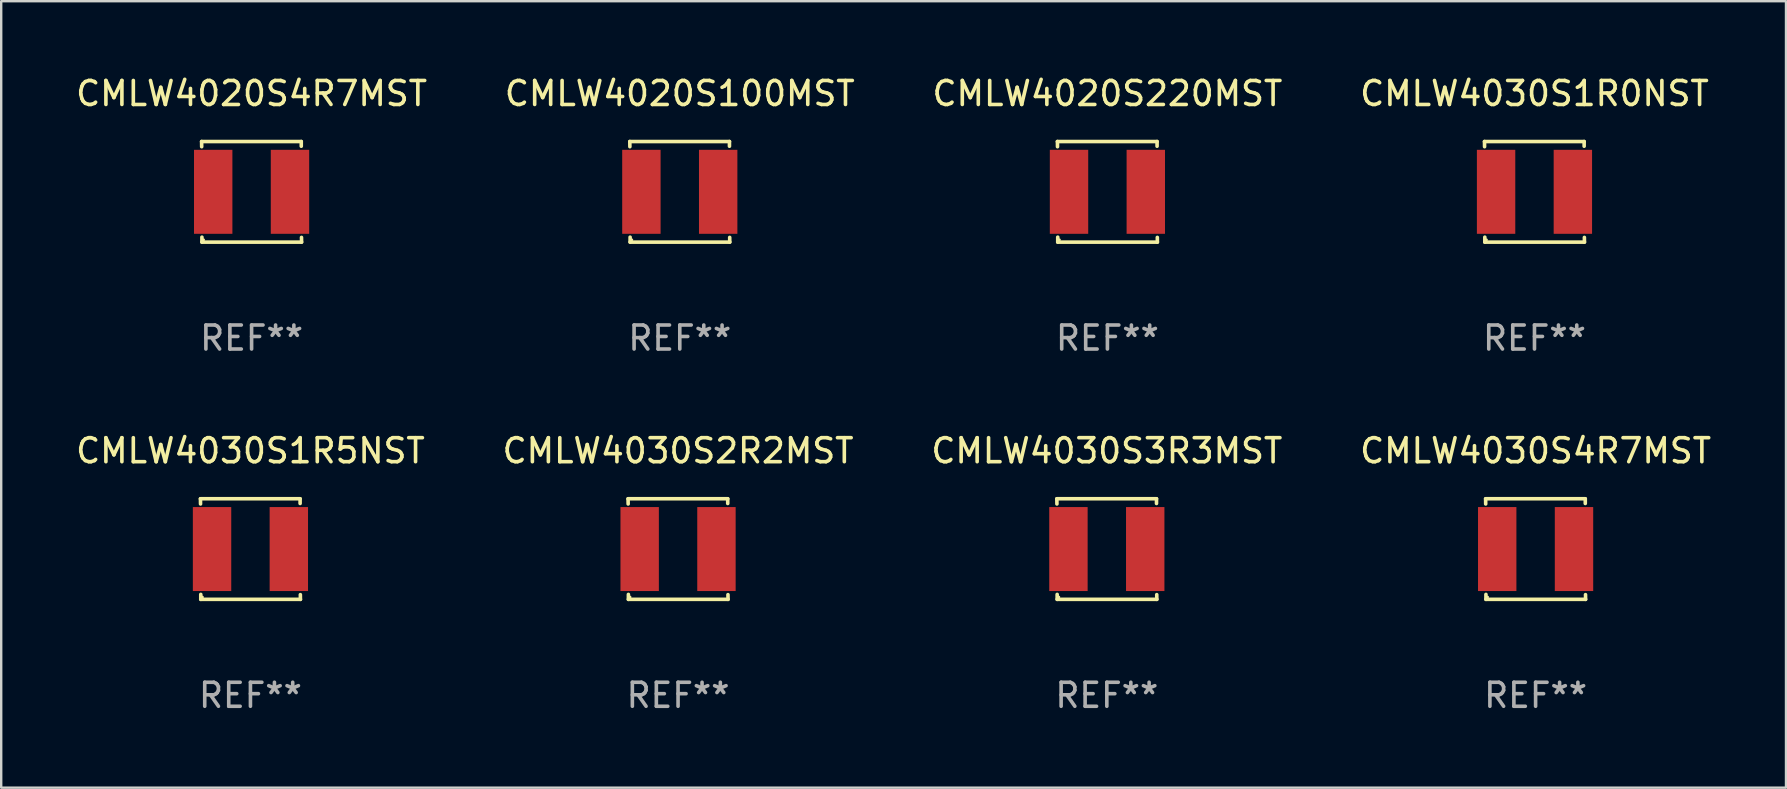
<source format=kicad_pcb>
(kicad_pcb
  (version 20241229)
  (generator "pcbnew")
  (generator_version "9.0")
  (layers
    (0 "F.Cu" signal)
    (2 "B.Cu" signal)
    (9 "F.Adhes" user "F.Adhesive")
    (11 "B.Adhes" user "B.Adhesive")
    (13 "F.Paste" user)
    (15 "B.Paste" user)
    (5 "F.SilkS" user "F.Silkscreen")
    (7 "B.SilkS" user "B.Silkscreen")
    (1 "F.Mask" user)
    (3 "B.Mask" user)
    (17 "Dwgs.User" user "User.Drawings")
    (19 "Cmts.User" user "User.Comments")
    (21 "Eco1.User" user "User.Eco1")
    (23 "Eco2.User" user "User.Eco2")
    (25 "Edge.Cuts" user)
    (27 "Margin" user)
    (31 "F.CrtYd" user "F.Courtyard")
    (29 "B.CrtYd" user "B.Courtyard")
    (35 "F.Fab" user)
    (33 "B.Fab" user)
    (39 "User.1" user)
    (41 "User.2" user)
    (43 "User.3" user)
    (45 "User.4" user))
  (footprint "CMLW4020S220MST"
    (layer "F.Cu")
    (at 43.101 4.944)
    (property "Reference" "CMLW4020S220MST" (at 0 -4.096 0) (layer "F.SilkS") (effects (font (size 1 1) (thickness 0.15))))
    (attr through_hole)
    (fp_line (start -2.083 -2.096) (end -2.08 -1.88) (stroke (width 0.15) (type solid)) (layer "F.SilkS"))
    (fp_line (start -2.07 1.89) (end -2.07 2.096) (stroke (width 0.15) (type solid)) (layer "F.SilkS"))
    (fp_line (start -2.07 2.096) (end 2.083 2.096) (stroke (width 0.15) (type solid)) (layer "F.SilkS"))
    (fp_line (start 2.07 -1.9) (end 2.07 -2.096) (stroke (width 0.15) (type solid)) (layer "F.SilkS"))
    (fp_line (start 2.07 -2.096) (end -2.083 -2.096) (stroke (width 0.15) (type solid)) (layer "F.SilkS"))
    (fp_line (start 2.083 2.096) (end 2.08 1.9) (stroke (width 0.15) (type solid)) (layer "F.SilkS"))
    (fp_circle (center -2 2) (end -1.97 2) (stroke (width 0.06) (type solid)) (fill no) (layer "F.SilkS"))
    (fp_text user "REF**" (at 0 6.096 0) (layer "F.Fab") (effects (font (size 1 1) (thickness 0.15))))
    (pad "1" smd rect (at -1.6 -0.000343) (size 1.6 3.5) (layers "F.Cu" "F.Mask" "F.Paste"))
    (pad "2" smd rect (at 1.6 -0.000343) (size 1.6 3.5) (layers "F.Cu" "F.Mask" "F.Paste")))
  (footprint "CMLW4020S100MST"
    (layer "F.Cu")
    (at 25.28 4.944)
    (property "Reference" "CMLW4020S100MST" (at 0 -4.096 0) (layer "F.SilkS") (effects (font (size 1 1) (thickness 0.15))))
    (attr through_hole)
    (fp_line (start -2.083 -2.096) (end -2.08 -1.88) (stroke (width 0.15) (type solid)) (layer "F.SilkS"))
    (fp_line (start -2.07 1.89) (end -2.07 2.096) (stroke (width 0.15) (type solid)) (layer "F.SilkS"))
    (fp_line (start -2.07 2.096) (end 2.083 2.096) (stroke (width 0.15) (type solid)) (layer "F.SilkS"))
    (fp_line (start 2.07 -1.9) (end 2.07 -2.096) (stroke (width 0.15) (type solid)) (layer "F.SilkS"))
    (fp_line (start 2.07 -2.096) (end -2.083 -2.096) (stroke (width 0.15) (type solid)) (layer "F.SilkS"))
    (fp_line (start 2.083 2.096) (end 2.08 1.9) (stroke (width 0.15) (type solid)) (layer "F.SilkS"))
    (fp_circle (center -2 2) (end -1.97 2) (stroke (width 0.06) (type solid)) (fill no) (layer "F.SilkS"))
    (fp_text user "REF**" (at 0 6.096 0) (layer "F.Fab") (effects (font (size 1 1) (thickness 0.15))))
    (pad "1" smd rect (at -1.6 -0.000343) (size 1.6 3.5) (layers "F.Cu" "F.Mask" "F.Paste"))
    (pad "2" smd rect (at 1.6 -0.000343) (size 1.6 3.5) (layers "F.Cu" "F.Mask" "F.Paste")))
  (footprint "CMLW4030S1R0NST"
    (layer "F.Cu")
    (at 60.899 4.944)
    (property "Reference" "CMLW4030S1R0NST" (at 0 -4.096 0) (layer "F.SilkS") (effects (font (size 1 1) (thickness 0.15))))
    (attr through_hole)
    (fp_line (start -2.083 -2.096) (end -2.08 -1.88) (stroke (width 0.15) (type solid)) (layer "F.SilkS"))
    (fp_line (start -2.07 1.89) (end -2.07 2.096) (stroke (width 0.15) (type solid)) (layer "F.SilkS"))
    (fp_line (start -2.07 2.096) (end 2.083 2.096) (stroke (width 0.15) (type solid)) (layer "F.SilkS"))
    (fp_line (start 2.07 -1.9) (end 2.07 -2.096) (stroke (width 0.15) (type solid)) (layer "F.SilkS"))
    (fp_line (start 2.07 -2.096) (end -2.083 -2.096) (stroke (width 0.15) (type solid)) (layer "F.SilkS"))
    (fp_line (start 2.083 2.096) (end 2.08 1.9) (stroke (width 0.15) (type solid)) (layer "F.SilkS"))
    (fp_circle (center -2 2) (end -1.97 2) (stroke (width 0.06) (type solid)) (fill no) (layer "F.SilkS"))
    (fp_text user "REF**" (at 0 6.096 0) (layer "F.Fab") (effects (font (size 1 1) (thickness 0.15))))
    (pad "1" smd rect (at -1.6 -0.000343) (size 1.6 3.5) (layers "F.Cu" "F.Mask" "F.Paste"))
    (pad "2" smd rect (at 1.6 -0.000343) (size 1.6 3.5) (layers "F.Cu" "F.Mask" "F.Paste")))
  (footprint "CMLW4030S1R5NST"
    (layer "F.Cu")
    (at 7.387 19.832)
    (property "Reference" "CMLW4030S1R5NST" (at 0 -4.096 0) (layer "F.SilkS") (effects (font (size 1 1) (thickness 0.15))))
    (attr through_hole)
    (fp_line (start -2.083 -2.096) (end -2.08 -1.88) (stroke (width 0.15) (type solid)) (layer "F.SilkS"))
    (fp_line (start -2.07 1.89) (end -2.07 2.096) (stroke (width 0.15) (type solid)) (layer "F.SilkS"))
    (fp_line (start -2.07 2.096) (end 2.083 2.096) (stroke (width 0.15) (type solid)) (layer "F.SilkS"))
    (fp_line (start 2.07 -1.9) (end 2.07 -2.096) (stroke (width 0.15) (type solid)) (layer "F.SilkS"))
    (fp_line (start 2.07 -2.096) (end -2.083 -2.096) (stroke (width 0.15) (type solid)) (layer "F.SilkS"))
    (fp_line (start 2.083 2.096) (end 2.08 1.9) (stroke (width 0.15) (type solid)) (layer "F.SilkS"))
    (fp_circle (center -2 2) (end -1.97 2) (stroke (width 0.06) (type solid)) (fill no) (layer "F.SilkS"))
    (fp_text user "REF**" (at 0 6.096 0) (layer "F.Fab") (effects (font (size 1 1) (thickness 0.15))))
    (pad "1" smd rect (at -1.6 -0.000343) (size 1.6 3.5) (layers "F.Cu" "F.Mask" "F.Paste"))
    (pad "2" smd rect (at 1.6 -0.000343) (size 1.6 3.5) (layers "F.Cu" "F.Mask" "F.Paste")))
  (footprint "CMLW4030S2R2MST"
    (layer "F.Cu")
    (at 25.208 19.832)
    (property "Reference" "CMLW4030S2R2MST" (at 0 -4.096 0) (layer "F.SilkS") (effects (font (size 1 1) (thickness 0.15))))
    (attr through_hole)
    (fp_line (start -2.083 -2.096) (end -2.08 -1.88) (stroke (width 0.15) (type solid)) (layer "F.SilkS"))
    (fp_line (start -2.07 1.89) (end -2.07 2.096) (stroke (width 0.15) (type solid)) (layer "F.SilkS"))
    (fp_line (start -2.07 2.096) (end 2.083 2.096) (stroke (width 0.15) (type solid)) (layer "F.SilkS"))
    (fp_line (start 2.07 -1.9) (end 2.07 -2.096) (stroke (width 0.15) (type solid)) (layer "F.SilkS"))
    (fp_line (start 2.07 -2.096) (end -2.083 -2.096) (stroke (width 0.15) (type solid)) (layer "F.SilkS"))
    (fp_line (start 2.083 2.096) (end 2.08 1.9) (stroke (width 0.15) (type solid)) (layer "F.SilkS"))
    (fp_circle (center -2 2) (end -1.97 2) (stroke (width 0.06) (type solid)) (fill no) (layer "F.SilkS"))
    (fp_text user "REF**" (at 0 6.096 0) (layer "F.Fab") (effects (font (size 1 1) (thickness 0.15))))
    (pad "1" smd rect (at -1.6 -0.000343) (size 1.6 3.5) (layers "F.Cu" "F.Mask" "F.Paste"))
    (pad "2" smd rect (at 1.6 -0.000343) (size 1.6 3.5) (layers "F.Cu" "F.Mask" "F.Paste")))
  (footprint "CMLW4020S4R7MST"
    (layer "F.Cu")
    (at 7.435 4.944)
    (property "Reference" "CMLW4020S4R7MST" (at 0 -4.096 0) (layer "F.SilkS") (effects (font (size 1 1) (thickness 0.15))))
    (attr through_hole)
    (fp_line (start -2.083 -2.096) (end -2.08 -1.88) (stroke (width 0.15) (type solid)) (layer "F.SilkS"))
    (fp_line (start -2.07 1.89) (end -2.07 2.096) (stroke (width 0.15) (type solid)) (layer "F.SilkS"))
    (fp_line (start -2.07 2.096) (end 2.083 2.096) (stroke (width 0.15) (type solid)) (layer "F.SilkS"))
    (fp_line (start 2.07 -1.9) (end 2.07 -2.096) (stroke (width 0.15) (type solid)) (layer "F.SilkS"))
    (fp_line (start 2.07 -2.096) (end -2.083 -2.096) (stroke (width 0.15) (type solid)) (layer "F.SilkS"))
    (fp_line (start 2.083 2.096) (end 2.08 1.9) (stroke (width 0.15) (type solid)) (layer "F.SilkS"))
    (fp_circle (center -2 2) (end -1.97 2) (stroke (width 0.06) (type solid)) (fill no) (layer "F.SilkS"))
    (fp_text user "REF**" (at 0 6.096 0) (layer "F.Fab") (effects (font (size 1 1) (thickness 0.15))))
    (pad "1" smd rect (at -1.6 -0.000343) (size 1.6 3.5) (layers "F.Cu" "F.Mask" "F.Paste"))
    (pad "2" smd rect (at 1.6 -0.000343) (size 1.6 3.5) (layers "F.Cu" "F.Mask" "F.Paste")))
  (footprint "CMLW4030S4R7MST"
    (layer "F.Cu")
    (at 60.946 19.832)
    (property "Reference" "CMLW4030S4R7MST" (at 0 -4.096 0) (layer "F.SilkS") (effects (font (size 1 1) (thickness 0.15))))
    (attr through_hole)
    (fp_line (start -2.083 -2.096) (end -2.08 -1.88) (stroke (width 0.15) (type solid)) (layer "F.SilkS"))
    (fp_line (start -2.07 1.89) (end -2.07 2.096) (stroke (width 0.15) (type solid)) (layer "F.SilkS"))
    (fp_line (start -2.07 2.096) (end 2.083 2.096) (stroke (width 0.15) (type solid)) (layer "F.SilkS"))
    (fp_line (start 2.07 -1.9) (end 2.07 -2.096) (stroke (width 0.15) (type solid)) (layer "F.SilkS"))
    (fp_line (start 2.07 -2.096) (end -2.083 -2.096) (stroke (width 0.15) (type solid)) (layer "F.SilkS"))
    (fp_line (start 2.083 2.096) (end 2.08 1.9) (stroke (width 0.15) (type solid)) (layer "F.SilkS"))
    (fp_circle (center -2 2) (end -1.97 2) (stroke (width 0.06) (type solid)) (fill no) (layer "F.SilkS"))
    (fp_text user "REF**" (at 0 6.096 0) (layer "F.Fab") (effects (font (size 1 1) (thickness 0.15))))
    (pad "1" smd rect (at -1.6 -0.000343) (size 1.6 3.5) (layers "F.Cu" "F.Mask" "F.Paste"))
    (pad "2" smd rect (at 1.6 -0.000343) (size 1.6 3.5) (layers "F.Cu" "F.Mask" "F.Paste")))
  (footprint "CMLW4030S3R3MST"
    (layer "F.Cu")
    (at 43.077 19.832)
    (property "Reference" "CMLW4030S3R3MST" (at 0 -4.096 0) (layer "F.SilkS") (effects (font (size 1 1) (thickness 0.15))))
    (attr through_hole)
    (fp_line (start -2.083 -2.096) (end -2.08 -1.88) (stroke (width 0.15) (type solid)) (layer "F.SilkS"))
    (fp_line (start -2.07 1.89) (end -2.07 2.096) (stroke (width 0.15) (type solid)) (layer "F.SilkS"))
    (fp_line (start -2.07 2.096) (end 2.083 2.096) (stroke (width 0.15) (type solid)) (layer "F.SilkS"))
    (fp_line (start 2.07 -1.9) (end 2.07 -2.096) (stroke (width 0.15) (type solid)) (layer "F.SilkS"))
    (fp_line (start 2.07 -2.096) (end -2.083 -2.096) (stroke (width 0.15) (type solid)) (layer "F.SilkS"))
    (fp_line (start 2.083 2.096) (end 2.08 1.9) (stroke (width 0.15) (type solid)) (layer "F.SilkS"))
    (fp_circle (center -2 2) (end -1.97 2) (stroke (width 0.06) (type solid)) (fill no) (layer "F.SilkS"))
    (fp_text user "REF**" (at 0 6.096 0) (layer "F.Fab") (effects (font (size 1 1) (thickness 0.15))))
    (pad "1" smd rect (at -1.6 -0.000343) (size 1.6 3.5) (layers "F.Cu" "F.Mask" "F.Paste"))
    (pad "2" smd rect (at 1.6 -0.000343) (size 1.6 3.5) (layers "F.Cu" "F.Mask" "F.Paste")))
  (gr_rect
    (start -3 -3)
    (end 71.381 29.776)
    (stroke (width 0.1) (type default))
    (fill no)
    (layer "Edge.Cuts")))
</source>
